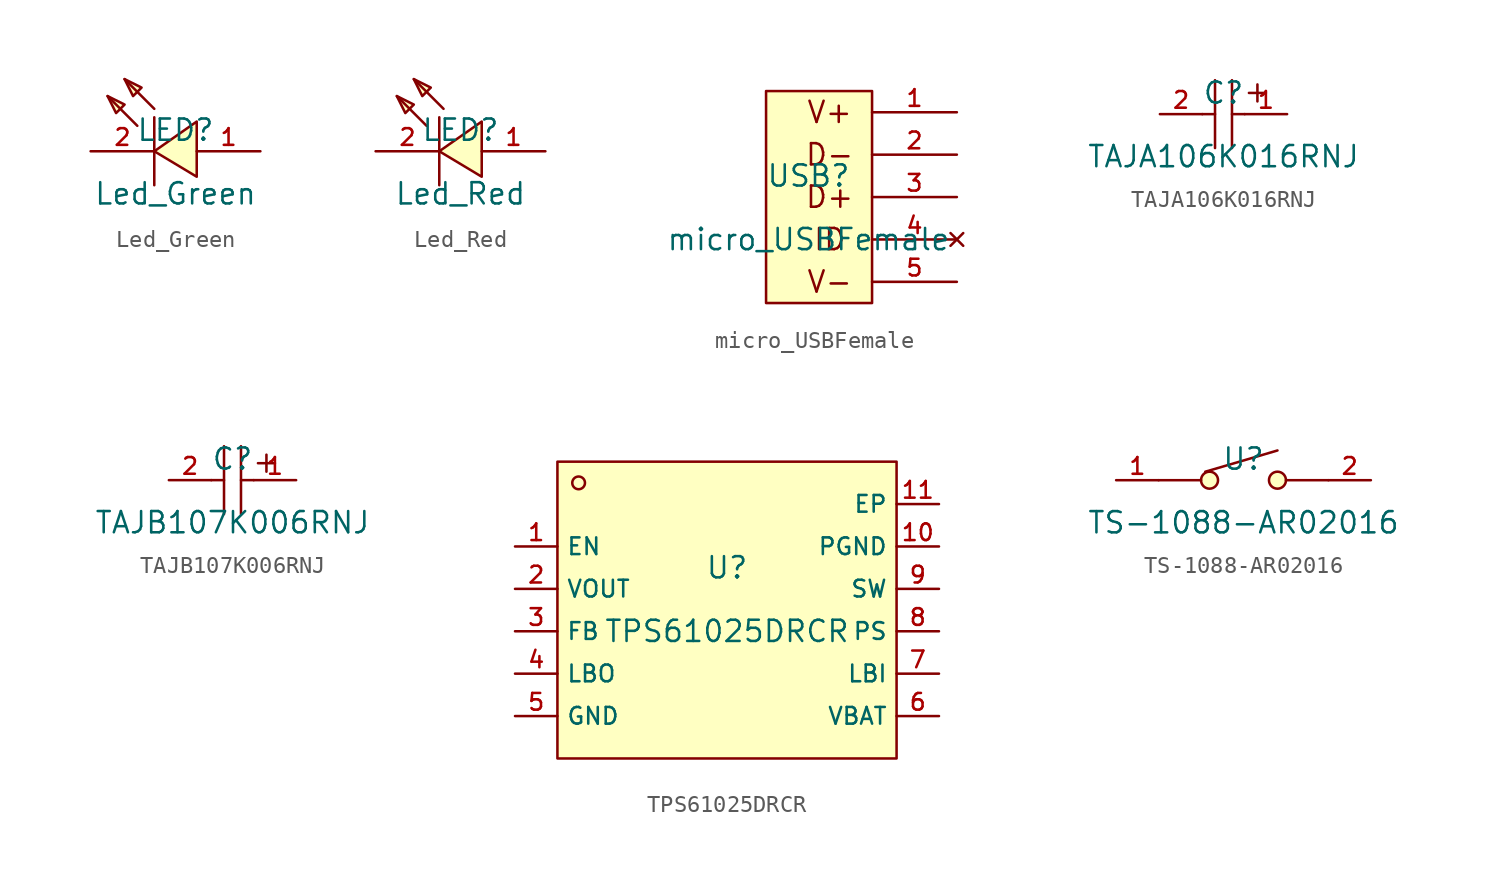
<source format=kicad_sym>
(kicad_symbol_lib
  (version 20220914)
  (generator kicad_symbol_editor)
  (symbol "Led_Green"
    (pin_names hide)
    (property "Reference" "LED"
      (at 0 1.27 0)
      (effects (font (size 1.27 1.27))))
    (property "Value" "Led_Green"
      (at 0 -2.54 0)
      (effects (font (size 1.27 1.27))))
    (symbol "Led_Green_0_1"
      (polyline (pts (xy -2.286 1.524) (xy -4.064 3.302)) (stroke (width 0) (type default)) (fill (type none)))
      (polyline (pts (xy -1.27 2.032) (xy -1.27 -2.032)) (stroke (width 0) (type default)) (fill (type none)))
      (polyline (pts (xy -1.27 2.54) (xy -3.048 4.318)) (stroke (width 0) (type default)) (fill (type none)))
      (polyline (pts (xy -4.064 3.302) (xy -3.048 2.794) (xy -3.556 2.286) (xy -4.064 3.302)) (stroke (width 0) (type default)) (fill (type background)))
      (polyline (pts (xy -3.048 4.318) (xy -2.032 3.81) (xy -2.54 3.302) (xy -3.048 4.318)) (stroke (width 0) (type default)) (fill (type background)))
      (polyline (pts (xy 1.27 -1.524) (xy -1.27 0) (xy 1.27 1.778) (xy 1.27 -1.524)) (stroke (width 0) (type default)) (fill (type background))))
    (symbol "Led_Green_1_1"
      (pin passive line (at 5.08 0 180) (length 3.81) (name "A" (effects (font (size 1 1)))) (number "1" (effects (font (size 1 1)))))
      (pin passive line (at -5.08 0 0) (length 3.81) (name "K" (effects (font (size 1 1)))) (number "2" (effects (font (size 1 1)))))))
  (symbol "Led_Red"
    (pin_names hide)
    (property "Reference" "LED"
      (at 0 1.27 0)
      (effects (font (size 1.27 1.27))))
    (property "Value" "Led_Red"
      (at 0 -2.54 0)
      (effects (font (size 1.27 1.27))))
    (symbol "Led_Red_0_1"
      (polyline (pts (xy -2.032 1.524) (xy -3.81 3.302)) (stroke (width 0) (type default)) (fill (type none)))
      (polyline (pts (xy -1.27 2.032) (xy -1.27 -2.032)) (stroke (width 0) (type default)) (fill (type none)))
      (polyline (pts (xy -1.016 2.54) (xy -2.794 4.318)) (stroke (width 0) (type default)) (fill (type none)))
      (polyline (pts (xy -3.81 3.302) (xy -2.794 2.794) (xy -3.302 2.286) (xy -3.81 3.302)) (stroke (width 0) (type default)) (fill (type background)))
      (polyline (pts (xy -2.794 4.318) (xy -1.778 3.81) (xy -2.286 3.302) (xy -2.794 4.318)) (stroke (width 0) (type default)) (fill (type background)))
      (polyline (pts (xy 1.27 -1.524) (xy -1.27 0) (xy 1.27 1.778) (xy 1.27 -1.524)) (stroke (width 0) (type default)) (fill (type background)))
      (pin passive line (at 5.08 0 180) (length 3.81) (name "+" (effects (font (size 1 1)))) (number "1" (effects (font (size 1 1)))))
      (pin passive line (at -5.08 0 0) (length 3.81) (name "-" (effects (font (size 1 1)))) (number "2" (effects (font (size 1 1)))))))
  (symbol "micro_USBFemale"
    (pin_names hide)
    (property "Reference" "USB"
      (at 0 1.27 0)
      (effects (font (size 1.27 1.27))))
    (property "Value" "micro_USBFemale"
      (at 0 -2.54 0)
      (effects (font (size 1.27 1.27))))
    (symbol "micro_USBFemale_0_1"
      (rectangle (start -2.54 6.35) (end 3.81 -6.35) (stroke (width 0) (type default)) (fill (type background)))
      (pin power_out line (at 8.89 5.08 180) (length 5.08) (name "V+" (effects (font (size 1 1)))) (number "1" (effects (font (size 1 1)))))
      (pin bidirectional line (at 8.89 2.54 180) (length 5.08) (name "D-" (effects (font (size 1 1)))) (number "2" (effects (font (size 1 1)))))
      (pin bidirectional line (at 8.89 0 180) (length 5.08) (name "D+" (effects (font (size 1 1)))) (number "3" (effects (font (size 1 1)))))
      (pin no_connect line (at 8.89 -2.54 180) (length 5.08) (name "ID" (effects (font (size 1 1)))) (number "4" (effects (font (size 1 1)))))
      (pin power_out line (at 8.89 -5.08 180) (length 5.08) (name "V-" (effects (font (size 1 1)))) (number "5" (effects (font (size 1 1))))))
    (symbol "micro_USBFemale_1_1"
      (text "D+" (at 1.27 0 0) (effects (font (size 1.27 1.27))))
      (text "D-" (at 1.27 2.54 0) (effects (font (size 1.27 1.27))))
      (text "ID" (at 1.27 -2.54 0) (effects (font (size 1.27 1.27))))
      (text "V+" (at 1.27 5.08 0) (effects (font (size 1.27 1.27))))
      (text "V-" (at 1.27 -5.08 0) (effects (font (size 1.27 1.27))))))
  (symbol "TAJA106K016RNJ"
    (pin_names hide)
    (property "Reference" "C"
      (at 0 1.27 0)
      (effects (font (size 1.27 1.27))))
    (property "Value" "TAJA106K016RNJ"
      (at 0 -2.54 0)
      (effects (font (size 1.27 1.27))))
    (symbol "TAJA106K016RNJ_0_1"
      (polyline (pts (xy -0.508 -2.032) (xy -0.508 2.032)) (stroke (width 0) (type default)) (fill (type none)))
      (polyline (pts (xy -0.508 0) (xy -1.27 0)) (stroke (width 0) (type default)) (fill (type none)))
      (polyline (pts (xy 0.508 -2.032) (xy 0.508 2.032)) (stroke (width 0) (type default)) (fill (type none)))
      (polyline (pts (xy 1.27 0) (xy 0.508 0)) (stroke (width 0) (type default)) (fill (type none)))
      (polyline (pts (xy 1.524 1.27) (xy 2.54 1.27)) (stroke (width 0) (type default)) (fill (type none)))
      (polyline (pts (xy 2.032 1.778) (xy 2.032 0.762)) (stroke (width 0) (type default)) (fill (type none)))
      (pin input line (at 3.81 0 180) (length 2.54) (name "1" (effects (font (size 1 1)))) (number "1" (effects (font (size 1 1)))))
      (pin input line (at -3.81 0 0) (length 2.54) (name "2" (effects (font (size 1 1)))) (number "2" (effects (font (size 1 1)))))))
  (symbol "TAJB107K006RNJ"
    (pin_names hide)
    (property "Reference" "C"
      (at 0 1.27 0)
      (effects (font (size 1.27 1.27))))
    (property "Value" "TAJB107K006RNJ"
      (at 0 -2.54 0)
      (effects (font (size 1.27 1.27))))
    (symbol "TAJB107K006RNJ_0_1"
      (polyline (pts (xy -0.508 0) (xy -1.27 0)) (stroke (width 0) (type default)) (fill (type none)))
      (polyline (pts (xy -0.508 2.032) (xy -0.508 -2.032)) (stroke (width 0) (type default)) (fill (type none)))
      (polyline (pts (xy 0.508 2.032) (xy 0.508 -2.032)) (stroke (width 0) (type default)) (fill (type none)))
      (polyline (pts (xy 1.27 0) (xy 0.508 0)) (stroke (width 0) (type default)) (fill (type none)))
      (polyline (pts (xy 2.032 1.524) (xy 2.032 0.508)) (stroke (width 0) (type default)) (fill (type none)))
      (polyline (pts (xy 2.54 1.016) (xy 1.524 1.016)) (stroke (width 0) (type default)) (fill (type none)))
      (pin input line (at 3.81 0 180) (length 2.54) (name "1" (effects (font (size 1 1)))) (number "1" (effects (font (size 1 1)))))
      (pin input line (at -3.81 0 0) (length 2.54) (name "2" (effects (font (size 1 1)))) (number "2" (effects (font (size 1 1)))))))
  (symbol "TPS61025DRCR"
    (property "Reference" "U"
      (at 0 1.27 0)
      (effects (font (size 1.27 1.27))))
    (property "Value" "TPS61025DRCR"
      (at 0 -2.54 0)
      (effects (font (size 1.27 1.27))))
    (symbol "TPS61025DRCR_0_1"
      (rectangle (start -10.16 7.62) (end 10.16 -10.16) (stroke (width 0) (type default)) (fill (type background)))
      (circle (center -8.89 6.35) (radius 0.381) (stroke (width 0) (type default)) (fill (type background)))
      (pin input line (at -12.7 2.54 0) (length 2.54) (name "EN" (effects (font (size 1 1)))) (number "1" (effects (font (size 1 1)))))
      (pin power_in line (at 12.7 2.54 180) (length 2.54) (name "PGND" (effects (font (size 1 1)))) (number "10" (effects (font (size 1 1)))))
      (pin passive line (at 12.7 5.08 180) (length 2.54) (name "EP" (effects (font (size 1 1)))) (number "11" (effects (font (size 1 1)))))
      (pin power_out line (at -12.7 0 0) (length 2.54) (name "VOUT" (effects (font (size 1 1)))) (number "2" (effects (font (size 1 1)))))
      (pin passive line (at -12.7 -2.54 0) (length 2.54) (name "FB" (effects (font (size 1 1)))) (number "3" (effects (font (size 1 1)))))
      (pin passive line (at -12.7 -5.08 0) (length 2.54) (name "LBO" (effects (font (size 1 1)))) (number "4" (effects (font (size 1 1)))))
      (pin power_in line (at -12.7 -7.62 0) (length 2.54) (name "GND" (effects (font (size 1 1)))) (number "5" (effects (font (size 1 1)))))
      (pin power_in line (at 12.7 -7.62 180) (length 2.54) (name "VBAT" (effects (font (size 1 1)))) (number "6" (effects (font (size 1 1)))))
      (pin passive line (at 12.7 -5.08 180) (length 2.54) (name "LBI" (effects (font (size 1 1)))) (number "7" (effects (font (size 1 1)))))
      (pin input line (at 12.7 -2.54 180) (length 2.54) (name "PS" (effects (font (size 1 1)))) (number "8" (effects (font (size 1 1)))))
      (pin input line (at 12.7 0 180) (length 2.54) (name "SW" (effects (font (size 1 1)))) (number "9" (effects (font (size 1 1)))))))
  (symbol "TS-1088-AR02016"
    (pin_names hide)
    (property "Reference" "U"
      (at 0 1.27 0)
      (effects (font (size 1.27 1.27))))
    (property "Value" "TS-1088-AR02016"
      (at 0 -2.54 0)
      (effects (font (size 1.27 1.27))))
    (symbol "TS-1088-AR02016_0_1"
      (circle (center -2.032 0) (radius 0.508) (stroke (width 0) (type default)) (fill (type background)))
      (polyline (pts (xy -5.08 0) (xy -2.54 0)) (stroke (width 0) (type default)) (fill (type none)))
      (polyline (pts (xy -2.286 0.508) (xy 2.032 1.778)) (stroke (width 0) (type default)) (fill (type none)))
      (polyline (pts (xy 5.08 0) (xy 2.54 0)) (stroke (width 0) (type default)) (fill (type none)))
      (circle (center 2.032 0) (radius 0.508) (stroke (width 0) (type default)) (fill (type background)))
      (pin passive line (at -7.62 0 0) (length 2.54) (name "1" (effects (font (size 1 1)))) (number "1" (effects (font (size 1 1)))))
      (pin passive line (at 7.62 0 180) (length 2.54) (name "2" (effects (font (size 1 1)))) (number "2" (effects (font (size 1 1))))))))
</source>
